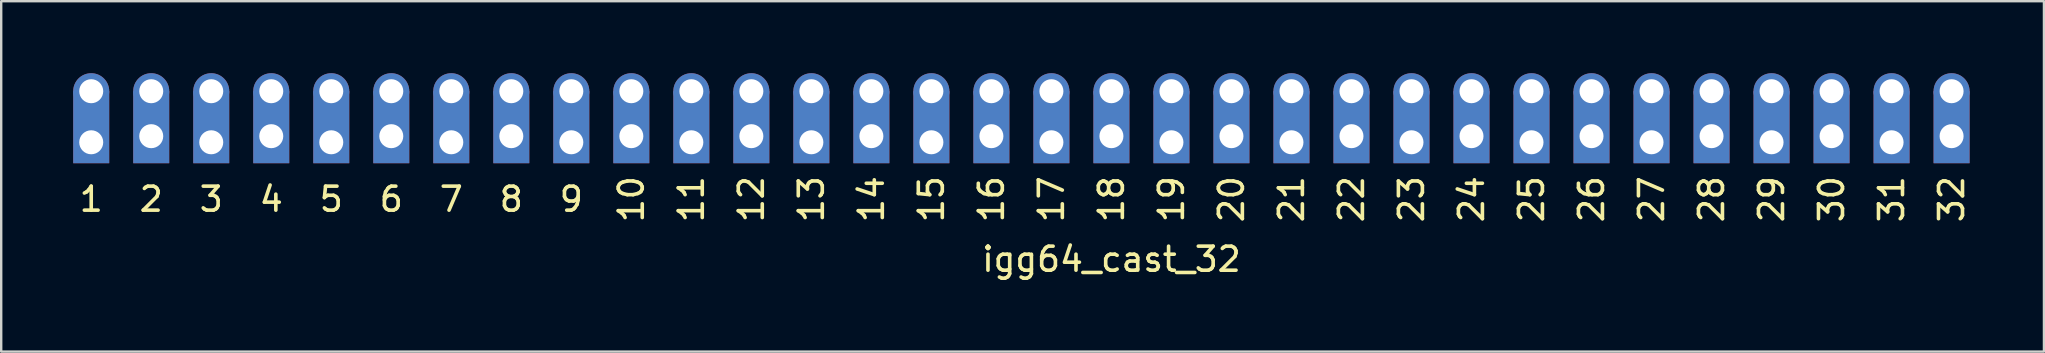
<source format=kicad_pcb>
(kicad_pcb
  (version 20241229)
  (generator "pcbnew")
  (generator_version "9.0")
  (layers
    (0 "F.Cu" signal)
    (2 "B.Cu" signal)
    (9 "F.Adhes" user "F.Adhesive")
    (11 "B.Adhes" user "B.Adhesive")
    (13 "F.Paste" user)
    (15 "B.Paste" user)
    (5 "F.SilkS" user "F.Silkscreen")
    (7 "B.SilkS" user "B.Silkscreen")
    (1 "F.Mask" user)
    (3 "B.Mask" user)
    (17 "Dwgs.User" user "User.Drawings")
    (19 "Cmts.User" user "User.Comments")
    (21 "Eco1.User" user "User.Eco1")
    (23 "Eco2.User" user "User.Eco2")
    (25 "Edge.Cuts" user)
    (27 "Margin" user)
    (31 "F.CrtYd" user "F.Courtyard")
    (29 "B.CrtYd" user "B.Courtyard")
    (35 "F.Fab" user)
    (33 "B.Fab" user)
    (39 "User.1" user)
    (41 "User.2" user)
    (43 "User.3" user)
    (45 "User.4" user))
  (footprint "igg64_cast_32"
    (layer "F.Cu")
    (at 38.25 2.75)
    (property "Reference" "igg64_cast_32" (at 5 5 0) (layer "F.SilkS") (effects (font (size 1 1) (thickness 0.15))))
    (attr through_hole)
    (fp_text user "26" (at 25 2.5 90) (layer "F.SilkS") (effects (font (size 1 1) (thickness 0.15))))
    (fp_text user "14" (at -5 2.5 90) (layer "F.SilkS") (effects (font (size 1 1) (thickness 0.15))))
    (fp_text user "27" (at 27.5 2.5 90) (layer "F.SilkS") (effects (font (size 1 1) (thickness 0.15))))
    (fp_text user "19" (at 7.5 2.5 90) (layer "F.SilkS") (effects (font (size 1 1) (thickness 0.15))))
    (fp_text user "2" (at -35 2.5 0) (layer "F.SilkS") (effects (font (size 1 1) (thickness 0.15))))
    (fp_text user "25" (at 22.5 2.5 90) (layer "F.SilkS") (effects (font (size 1 1) (thickness 0.15))))
    (fp_text user "10" (at -15 2.5 90) (layer "F.SilkS") (effects (font (size 1 1) (thickness 0.15))))
    (fp_text user "5" (at -27.5 2.5 0) (layer "F.SilkS") (effects (font (size 1 1) (thickness 0.15))))
    (fp_text user "15" (at -2.5 2.5 90) (layer "F.SilkS") (effects (font (size 1 1) (thickness 0.15))))
    (fp_text user "20" (at 10 2.5 90) (layer "F.SilkS") (effects (font (size 1 1) (thickness 0.15))))
    (fp_text user "22" (at 15 2.5 90) (layer "F.SilkS") (effects (font (size 1 1) (thickness 0.15))))
    (fp_text user "23" (at 17.5 2.5 90) (layer "F.SilkS") (effects (font (size 1 1) (thickness 0.15))))
    (fp_text user "31" (at 37.5 2.5 90) (layer "F.SilkS") (effects (font (size 1 1) (thickness 0.15))))
    (fp_text user "18" (at 5 2.5 90) (layer "F.SilkS") (effects (font (size 1 1) (thickness 0.15))))
    (fp_text user "24" (at 20 2.5 90) (layer "F.SilkS") (effects (font (size 1 1) (thickness 0.15))))
    (fp_text user "17" (at 2.5 2.5 90) (layer "F.SilkS") (effects (font (size 1 1) (thickness 0.15))))
    (fp_text user "6" (at -25 2.5 0) (layer "F.SilkS") (effects (font (size 1 1) (thickness 0.15))))
    (fp_text user "12" (at -10 2.5 90) (layer "F.SilkS") (effects (font (size 1 1) (thickness 0.15))))
    (fp_text user "32" (at 40 2.5 90) (layer "F.SilkS") (effects (font (size 1 1) (thickness 0.15))))
    (fp_text user "16" (at 0 2.5 90) (layer "F.SilkS") (effects (font (size 1 1) (thickness 0.15))))
    (fp_text user "4" (at -30 2.5 0) (layer "F.SilkS") (effects (font (size 1 1) (thickness 0.15))))
    (fp_text user "29" (at 32.5 2.5 90) (layer "F.SilkS") (effects (font (size 1 1) (thickness 0.15))))
    (fp_text user "21" (at 12.5 2.5 90) (layer "F.SilkS") (effects (font (size 1 1) (thickness 0.15))))
    (fp_text user "8" (at -20 2.5 0) (layer "F.SilkS") (effects (font (size 1 1) (thickness 0.15))))
    (fp_text user "11" (at -12.5 2.5 90) (layer "F.SilkS") (effects (font (size 1 1) (thickness 0.15))))
    (fp_text user "30" (at 35 2.5 90) (layer "F.SilkS") (effects (font (size 1 1) (thickness 0.15))))
    (fp_text user "1" (at -37.5 2.5 0) (layer "F.SilkS") (effects (font (size 1 1) (thickness 0.15))))
    (fp_text user "7" (at -22.5 2.5 0) (layer "F.SilkS") (effects (font (size 1 1) (thickness 0.15))))
    (fp_text user "28" (at 30 2.5 90) (layer "F.SilkS") (effects (font (size 1 1) (thickness 0.15))))
    (fp_text user "13" (at -7.5 2.5 90) (layer "F.SilkS") (effects (font (size 1 1) (thickness 0.15))))
    (fp_text user "3" (at -32.5 2.5 0) (layer "F.SilkS") (effects (font (size 1 1) (thickness 0.15))))
    (fp_text user "9" (at -17.5 2.5 0) (layer "F.SilkS") (effects (font (size 1 1) (thickness 0.15))))
    (pad "" thru_hole circle (at -37.5 -2) (size 1.5 1.5) (drill 1) (layers "*.Cu" "*.Mask"))
    (pad "" thru_hole circle (at -35 -2) (size 1.5 1.5) (drill 1) (layers "*.Cu" "*.Mask"))
    (pad "" thru_hole circle (at -32.5 -2) (size 1.5 1.5) (drill 1) (layers "*.Cu" "*.Mask"))
    (pad "" thru_hole circle (at -30 -2) (size 1.5 1.5) (drill 1) (layers "*.Cu" "*.Mask"))
    (pad "" thru_hole circle (at -27.5 -2) (size 1.5 1.5) (drill 1) (layers "*.Cu" "*.Mask"))
    (pad "" thru_hole circle (at -25 -2) (size 1.5 1.5) (drill 1) (layers "*.Cu" "*.Mask"))
    (pad "" thru_hole circle (at -22.5 -2) (size 1.5 1.5) (drill 1) (layers "*.Cu" "*.Mask"))
    (pad "" thru_hole circle (at -20 -2) (size 1.5 1.5) (drill 1) (layers "*.Cu" "*.Mask"))
    (pad "" thru_hole circle (at -17.5 -2) (size 1.5 1.5) (drill 1) (layers "*.Cu" "*.Mask"))
    (pad "" thru_hole circle (at -15 -2) (size 1.5 1.5) (drill 1) (layers "*.Cu" "*.Mask"))
    (pad "" thru_hole circle (at -12.5 -2) (size 1.5 1.5) (drill 1) (layers "*.Cu" "*.Mask"))
    (pad "" thru_hole circle (at -10 -2) (size 1.5 1.5) (drill 1) (layers "*.Cu" "*.Mask"))
    (pad "" thru_hole circle (at -7.5 -2) (size 1.5 1.5) (drill 1) (layers "*.Cu" "*.Mask"))
    (pad "" thru_hole circle (at -5 -2) (size 1.5 1.5) (drill 1) (layers "*.Cu" "*.Mask"))
    (pad "" thru_hole circle (at -2.5 -2) (size 1.5 1.5) (drill 1) (layers "*.Cu" "*.Mask"))
    (pad "" thru_hole circle (at 0 -2) (size 1.5 1.5) (drill 1) (layers "*.Cu" "*.Mask"))
    (pad "" thru_hole circle (at 2.5 -2) (size 1.5 1.5) (drill 1) (layers "*.Cu" "*.Mask"))
    (pad "" thru_hole circle (at 5 -2) (size 1.5 1.5) (drill 1) (layers "*.Cu" "*.Mask"))
    (pad "" thru_hole circle (at 7.5 -2) (size 1.5 1.5) (drill 1) (layers "*.Cu" "*.Mask"))
    (pad "" thru_hole circle (at 10 -2) (size 1.5 1.5) (drill 1) (layers "*.Cu" "*.Mask"))
    (pad "" thru_hole circle (at 12.5 -2) (size 1.5 1.5) (drill 1) (layers "*.Cu" "*.Mask"))
    (pad "" thru_hole circle (at 15 -2) (size 1.5 1.5) (drill 1) (layers "*.Cu" "*.Mask"))
    (pad "" thru_hole circle (at 17.5 -2) (size 1.5 1.5) (drill 1) (layers "*.Cu" "*.Mask"))
    (pad "" thru_hole circle (at 20 -2) (size 1.5 1.5) (drill 1) (layers "*.Cu" "*.Mask"))
    (pad "" thru_hole circle (at 22.5 -2) (size 1.5 1.5) (drill 1) (layers "*.Cu" "*.Mask"))
    (pad "" thru_hole circle (at 25 -2) (size 1.5 1.5) (drill 1) (layers "*.Cu" "*.Mask"))
    (pad "" thru_hole circle (at 27.5 -2) (size 1.5 1.5) (drill 1) (layers "*.Cu" "*.Mask"))
    (pad "" thru_hole circle (at 30 -2) (size 1.5 1.5) (drill 1) (layers "*.Cu" "*.Mask"))
    (pad "" thru_hole circle (at 32.5 -2) (size 1.5 1.5) (drill 1) (layers "*.Cu" "*.Mask"))
    (pad "" thru_hole circle (at 35 -2) (size 1.5 1.5) (drill 1) (layers "*.Cu" "*.Mask"))
    (pad "" thru_hole circle (at 37.5 -2) (size 1.5 1.5) (drill 1) (layers "*.Cu" "*.Mask"))
    (pad "" thru_hole circle (at 40 -2) (size 1.5 1.5) (drill 1) (layers "*.Cu" "*.Mask"))
    (pad "1" thru_hole rect (at -37.5 0.127) (size 1.5 3) (drill 1 (offset 0 -0.627)) (layers "*.Cu" "*.Mask"))
    (pad "2" thru_hole rect (at -35 -0.127) (size 1.5 3) (drill 1 (offset 0 -0.373)) (layers "*.Cu" "*.Mask"))
    (pad "3" thru_hole rect (at -32.5 0.127) (size 1.5 3) (drill 1 (offset 0 -0.627)) (layers "*.Cu" "*.Mask"))
    (pad "4" thru_hole rect (at -30 -0.127) (size 1.5 3) (drill 1 (offset 0 -0.373)) (layers "*.Cu" "*.Mask"))
    (pad "5" thru_hole rect (at -27.5 0.127) (size 1.5 3) (drill 1 (offset 0 -0.627)) (layers "*.Cu" "*.Mask"))
    (pad "6" thru_hole rect (at -25 -0.127) (size 1.5 3) (drill 1 (offset 0 -0.373)) (layers "*.Cu" "*.Mask"))
    (pad "7" thru_hole rect (at -22.5 0.127) (size 1.5 3) (drill 1 (offset 0 -0.627)) (layers "*.Cu" "*.Mask"))
    (pad "8" thru_hole rect (at -20 -0.127) (size 1.5 3) (drill 1 (offset 0 -0.373)) (layers "*.Cu" "*.Mask"))
    (pad "9" thru_hole rect (at -17.5 0.127) (size 1.5 3) (drill 1 (offset 0 -0.627)) (layers "*.Cu" "*.Mask"))
    (pad "10" thru_hole rect (at -15 -0.127) (size 1.5 3) (drill 1 (offset 0 -0.373)) (layers "*.Cu" "*.Mask"))
    (pad "11" thru_hole rect (at -12.5 0.127) (size 1.5 3) (drill 1 (offset 0 -0.627)) (layers "*.Cu" "*.Mask"))
    (pad "12" thru_hole rect (at -10 -0.127) (size 1.5 3) (drill 1 (offset 0 -0.373)) (layers "*.Cu" "*.Mask"))
    (pad "13" thru_hole rect (at -7.5 0.127) (size 1.5 3) (drill 1 (offset 0 -0.627)) (layers "*.Cu" "*.Mask"))
    (pad "14" thru_hole rect (at -5 -0.127) (size 1.5 3) (drill 1 (offset 0 -0.373)) (layers "*.Cu" "*.Mask"))
    (pad "15" thru_hole rect (at -2.5 0.127) (size 1.5 3) (drill 1 (offset 0 -0.627)) (layers "*.Cu" "*.Mask"))
    (pad "16" thru_hole rect (at 0 -0.127) (size 1.5 3) (drill 1 (offset 0 -0.373)) (layers "*.Cu" "*.Mask"))
    (pad "17" thru_hole rect (at 2.5 0.127) (size 1.5 3) (drill 1 (offset 0 -0.627)) (layers "*.Cu" "*.Mask"))
    (pad "18" thru_hole rect (at 5 -0.127) (size 1.5 3) (drill 1 (offset 0 -0.373)) (layers "*.Cu" "*.Mask"))
    (pad "19" thru_hole rect (at 7.5 0.127) (size 1.5 3) (drill 1 (offset 0 -0.627)) (layers "*.Cu" "*.Mask"))
    (pad "20" thru_hole rect (at 10 -0.127) (size 1.5 3) (drill 1 (offset 0 -0.373)) (layers "*.Cu" "*.Mask"))
    (pad "21" thru_hole rect (at 12.5 0.127) (size 1.5 3) (drill 1 (offset 0 -0.627)) (layers "*.Cu" "*.Mask"))
    (pad "22" thru_hole rect (at 15 -0.127) (size 1.5 3) (drill 1 (offset 0 -0.373)) (layers "*.Cu" "*.Mask"))
    (pad "23" thru_hole rect (at 17.5 0.127) (size 1.5 3) (drill 1 (offset 0 -0.627)) (layers "*.Cu" "*.Mask"))
    (pad "24" thru_hole rect (at 20 -0.127) (size 1.5 3) (drill 1 (offset 0 -0.373)) (layers "*.Cu" "*.Mask"))
    (pad "25" thru_hole rect (at 22.5 0.127) (size 1.5 3) (drill 1 (offset 0 -0.627)) (layers "*.Cu" "*.Mask"))
    (pad "26" thru_hole rect (at 25 -0.127) (size 1.5 3) (drill 1 (offset 0 -0.373)) (layers "*.Cu" "*.Mask"))
    (pad "27" thru_hole rect (at 27.5 0.127) (size 1.5 3) (drill 1 (offset 0 -0.627)) (layers "*.Cu" "*.Mask"))
    (pad "28" thru_hole rect (at 30 -0.127) (size 1.5 3) (drill 1 (offset 0 -0.373)) (layers "*.Cu" "*.Mask"))
    (pad "29" thru_hole rect (at 32.5 0.127) (size 1.5 3) (drill 1 (offset 0 -0.627)) (layers "*.Cu" "*.Mask"))
    (pad "30" thru_hole rect (at 35 -0.127) (size 1.5 3) (drill 1 (offset 0 -0.373)) (layers "*.Cu" "*.Mask"))
    (pad "31" thru_hole rect (at 37.5 0.127) (size 1.5 3) (drill 1 (offset 0 -0.627)) (layers "*.Cu" "*.Mask"))
    (pad "32" thru_hole rect (at 40 -0.127) (size 1.5 3) (drill 1 (offset 0 -0.373)) (layers "*.Cu" "*.Mask")))
  (gr_rect
    (start -3 -3)
    (end 82.098 11.598)
    (stroke (width 0.1) (type default))
    (fill no)
    (layer "Edge.Cuts")))
</source>
